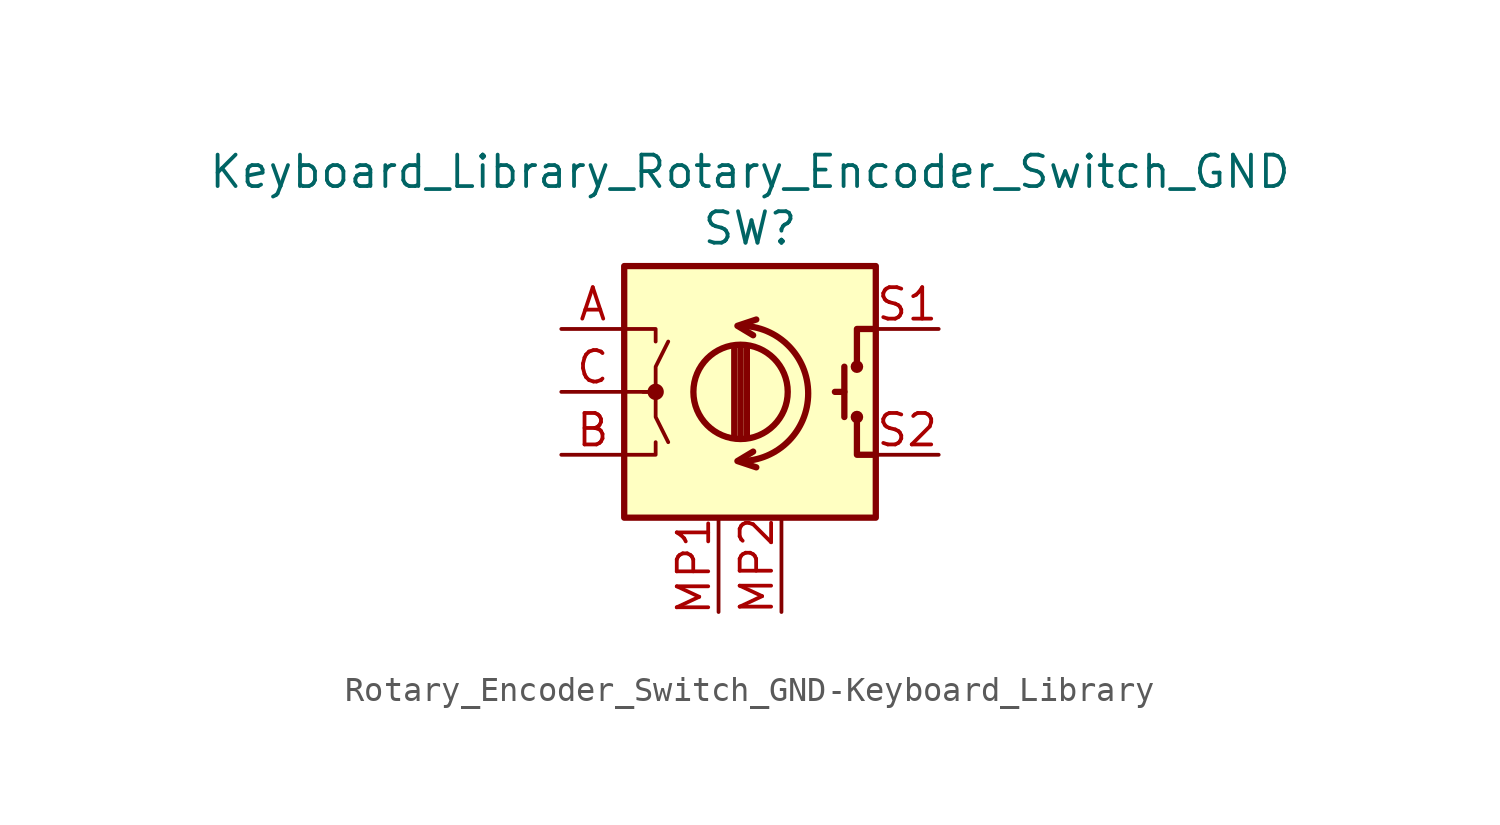
<source format=kicad_sym>
(kicad_symbol_lib
  (version 20241209)
  (generator "kicad_symbol_editor")
  (generator_version "9.0")
  (symbol "Rotary_Encoder_Switch_GND-Keyboard_Library"
    (pin_names
      (offset 0.254)
      (hide yes))
    (property "Reference" "SW"
      (at 0 6.604 0)
      (effects (font (size 1.27 1.27))))
    (property "Value" "Keyboard_Library_Rotary_Encoder_Switch_GND"
      (at 0 8.89 0)
      (effects (font (size 1.27 1.27))))
    (symbol "Rotary_Encoder_Switch_GND-Keyboard_Library_0_1"
      (rectangle (start -5.08 5.08) (end 5.08 -5.08) (stroke (width 0.254) (type solid)) (fill (type background)))
      (polyline (pts (xy -5.08 2.54) (xy -3.81 2.54) (xy -3.81 2.032)) (stroke (width 0) (type solid)) (fill (type none)))
      (polyline (pts (xy -5.08 0) (xy -3.81 0) (xy -3.81 -1.016) (xy -3.302 -2.032)) (stroke (width 0) (type solid)) (fill (type none)))
      (polyline (pts (xy -5.08 -2.54) (xy -3.81 -2.54) (xy -3.81 -2.032)) (stroke (width 0) (type solid)) (fill (type none)))
      (polyline (pts (xy -4.318 0) (xy -3.81 0) (xy -3.81 1.016) (xy -3.302 2.032)) (stroke (width 0) (type solid)) (fill (type none)))
      (circle (center -3.81 0) (radius 0.254) (stroke (width 0) (type solid)) (fill (type outline)))
      (polyline (pts (xy -0.635 -1.778) (xy -0.635 1.778)) (stroke (width 0.254) (type solid)) (fill (type none)))
      (circle (center -0.381 0) (radius 1.905) (stroke (width 0.254) (type solid)) (fill (type none)))
      (arc (start -0.381 2.667) (mid 2.3368 -0.0508) (end -0.381 -2.794) (stroke (width 0.254) (type solid)) (fill (type none)))
      (polyline (pts (xy -0.381 -1.778) (xy -0.381 1.778)) (stroke (width 0.254) (type solid)) (fill (type none)))
      (polyline (pts (xy -0.127 1.778) (xy -0.127 -1.778)) (stroke (width 0.254) (type solid)) (fill (type none)))
      (polyline (pts (xy 0.254 2.921) (xy -0.508 2.667) (xy 0.127 2.286)) (stroke (width 0.254) (type solid)) (fill (type none)))
      (polyline (pts (xy 0.254 -3.048) (xy -0.508 -2.794) (xy 0.127 -2.413)) (stroke (width 0.254) (type solid)) (fill (type none)))
      (polyline (pts (xy 3.81 1.016) (xy 3.81 -1.016)) (stroke (width 0.254) (type solid)) (fill (type none)))
      (polyline (pts (xy 3.81 0) (xy 3.429 0)) (stroke (width 0.254) (type solid)) (fill (type none)))
      (circle (center 4.318 1.016) (radius 0.127) (stroke (width 0.254) (type solid)) (fill (type none)))
      (circle (center 4.318 -1.016) (radius 0.127) (stroke (width 0.254) (type solid)) (fill (type none)))
      (polyline (pts (xy 5.08 2.54) (xy 4.318 2.54) (xy 4.318 1.016)) (stroke (width 0.254) (type solid)) (fill (type none)))
      (polyline (pts (xy 5.08 -2.54) (xy 4.318 -2.54) (xy 4.318 -1.016)) (stroke (width 0.254) (type solid)) (fill (type none))))
    (symbol "Rotary_Encoder_Switch_GND-Keyboard_Library_1_1"
      (pin passive line (at -7.62 2.54 0) (length 2.54) (name "A" (effects (font (size 1.27 1.27)))) (number "A" (effects (font (size 1.27 1.27)))))
      (pin passive line (at -7.62 0 0) (length 2.54) (name "C" (effects (font (size 1.27 1.27)))) (number "C" (effects (font (size 1.27 1.27)))))
      (pin passive line (at -7.62 -2.54 0) (length 2.54) (name "B" (effects (font (size 1.27 1.27)))) (number "B" (effects (font (size 1.27 1.27)))))
      (pin power_in line (at -1.27 -8.89 90) (length 3.708) (name "GND" (effects (font (size 1.27 1.27)))) (number "MP1" (effects (font (size 1.27 1.27)))))
      (pin power_in line (at 1.27 -8.89 90) (length 3.759) (name "GND" (effects (font (size 1.27 1.27)))) (number "MP2" (effects (font (size 1.27 1.27)))))
      (pin passive line (at 7.62 2.54 180) (length 2.54) (name "S1" (effects (font (size 1.27 1.27)))) (number "S1" (effects (font (size 1.27 1.27)))))
      (pin passive line (at 7.62 -2.54 180) (length 2.54) (name "S2" (effects (font (size 1.27 1.27)))) (number "S2" (effects (font (size 1.27 1.27))))))))
</source>
